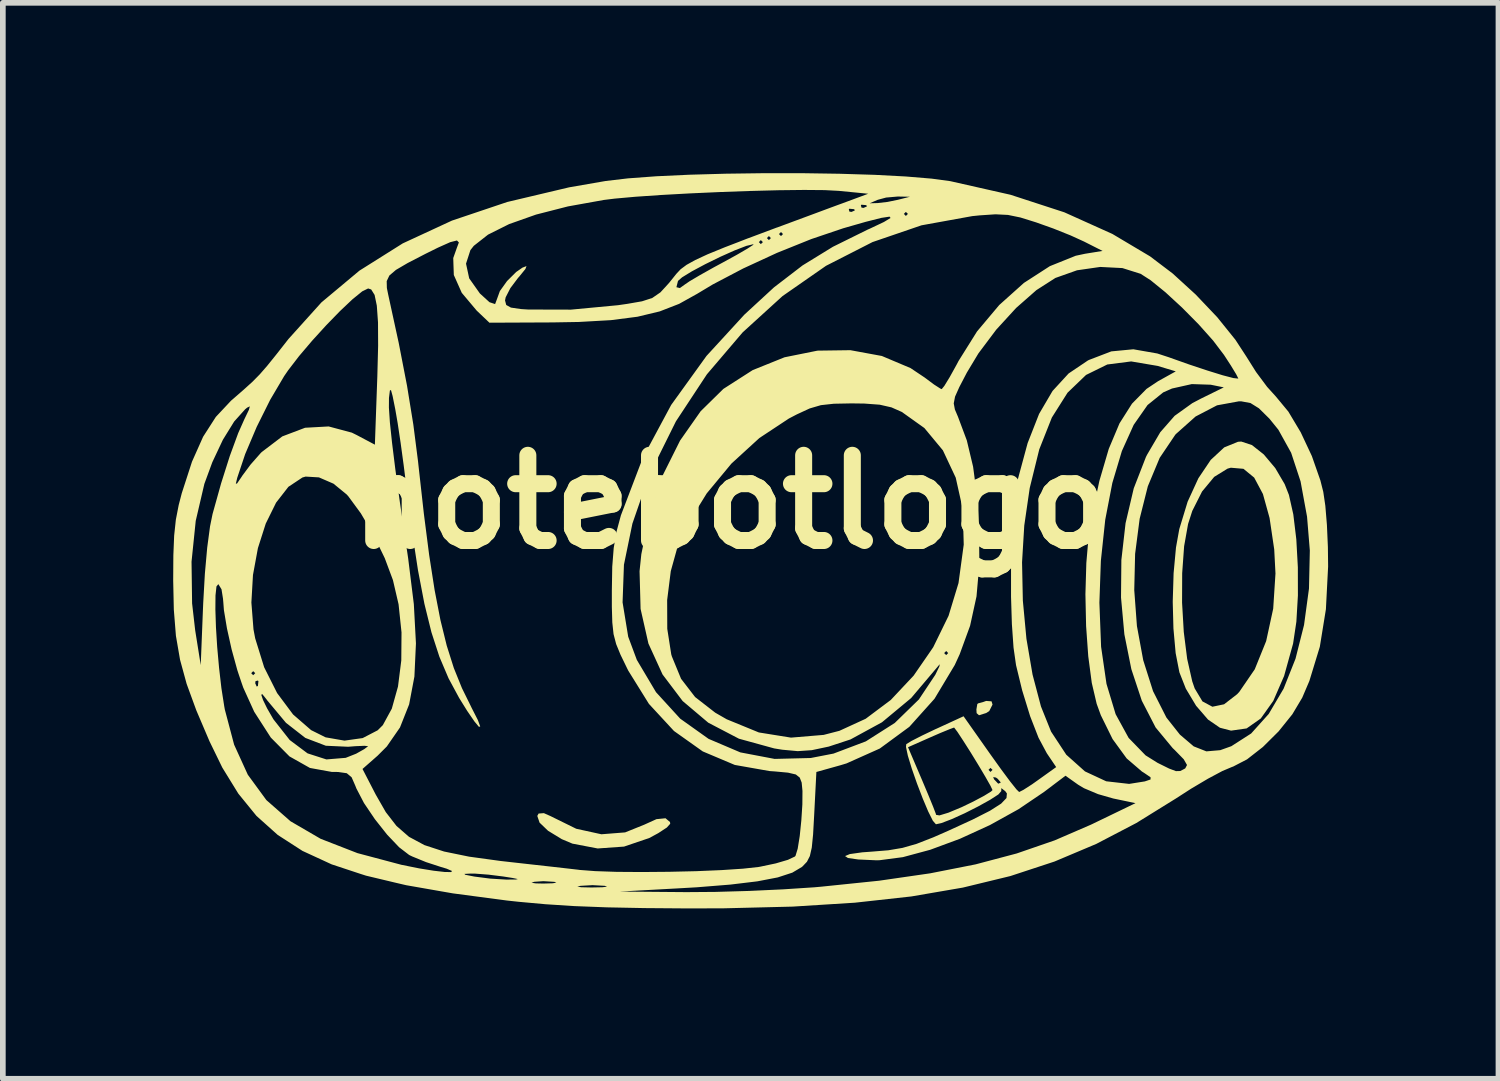
<source format=kicad_pcb>
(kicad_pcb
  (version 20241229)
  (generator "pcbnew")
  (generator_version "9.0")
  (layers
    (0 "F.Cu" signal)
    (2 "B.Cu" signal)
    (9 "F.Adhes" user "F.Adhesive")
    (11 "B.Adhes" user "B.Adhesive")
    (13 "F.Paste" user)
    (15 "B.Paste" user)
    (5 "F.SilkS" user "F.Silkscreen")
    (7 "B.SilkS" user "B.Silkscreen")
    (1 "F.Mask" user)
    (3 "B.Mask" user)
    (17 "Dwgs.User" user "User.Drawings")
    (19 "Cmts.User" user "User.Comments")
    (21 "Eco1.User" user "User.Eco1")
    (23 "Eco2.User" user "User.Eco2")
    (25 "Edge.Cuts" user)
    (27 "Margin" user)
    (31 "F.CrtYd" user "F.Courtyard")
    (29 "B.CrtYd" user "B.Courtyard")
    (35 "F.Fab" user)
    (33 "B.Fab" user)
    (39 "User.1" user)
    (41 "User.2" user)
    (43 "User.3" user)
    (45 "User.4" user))
  (footprint "notebotlogo"
    (layer "F.Cu")
    (at 9.817 5.79)
    (property "Reference" "notebotlogo" (at 0 0 0) (layer "F.SilkS") (effects (font (size 1.5 1.5) (thickness 0.3))))
    (attr board_only exclude_from_pos_files exclude_from_bom)
    (fp_poly (pts (xy 4.595 3.511) (xy 4.612 3.568) (xy 4.554 3.683) (xy 4.5 3.717) (xy 4.374 3.756) (xy 4.332 3.719) (xy 4.328 3.654) (xy 4.344 3.559) (xy 4.358 3.547) (xy 4.441 3.525) (xy 4.5 3.504)) (stroke (width 0) (type solid)) (fill yes) (layer "F.SilkS"))
    (fp_poly (pts (xy -3.172 5.532) (xy -2.719 5.755) (xy -2.276 5.852) (xy -1.858 5.819) (xy -1.523 5.684) (xy -1.307 5.586) (xy -1.147 5.57) (xy -1.068 5.636) (xy -1.064 5.667) (xy -1.123 5.733) (xy -1.274 5.832) (xy -1.433 5.918) (xy -1.877 6.069) (xy -2.341 6.102) (xy -2.786 6.017) (xy -2.974 5.938) (xy -3.216 5.79) (xy -3.365 5.647) (xy -3.405 5.529) (xy -3.382 5.487) (xy -3.289 5.48)) (stroke (width 0) (type solid)) (fill yes) (layer "F.SilkS"))
    (fp_poly (pts (xy 9.181 -1.002) (xy 9.39 -0.836) (xy 9.591 -0.597) (xy 9.757 -0.314) (xy 9.832 -0.124) (xy 9.909 0.219) (xy 9.962 0.658) (xy 9.989 1.149) (xy 9.99 1.647) (xy 9.963 2.108) (xy 9.906 2.489) (xy 9.905 2.495) (xy 9.747 3.064) (xy 9.556 3.504) (xy 9.336 3.813) (xy 9.087 3.988) (xy 8.813 4.027) (xy 8.617 3.976) (xy 8.407 3.832) (xy 8.197 3.589) (xy 8.016 3.287) (xy 7.903 3) (xy 7.837 2.662) (xy 7.798 2.229) (xy 7.786 1.772) (xy 7.95 1.772) (xy 7.98 2.289) (xy 8.04 2.764) (xy 8.129 3.158) (xy 8.172 3.283) (xy 8.309 3.512) (xy 8.484 3.606) (xy 8.69 3.563) (xy 8.92 3.385) (xy 8.958 3.344) (xy 9.23 2.947) (xy 9.431 2.45) (xy 9.555 1.879) (xy 9.595 1.259) (xy 9.573 0.836) (xy 9.491 0.282) (xy 9.374 -0.14) (xy 9.22 -0.429) (xy 9.031 -0.584) (xy 8.809 -0.603) (xy 8.751 -0.587) (xy 8.516 -0.442) (xy 8.302 -0.184) (xy 8.13 0.157) (xy 8.056 0.387) (xy 7.986 0.78) (xy 7.952 1.255) (xy 7.95 1.772) (xy 7.786 1.772) (xy 7.786 1.745) (xy 7.801 1.254) (xy 7.843 0.801) (xy 7.901 0.478) (xy 8.048 -0.005) (xy 8.237 -0.417) (xy 8.455 -0.741) (xy 8.692 -0.961) (xy 8.935 -1.06) (xy 8.992 -1.064)) (stroke (width 0) (type solid)) (fill yes) (layer "F.SilkS"))
    (fp_poly (pts (xy 1.261 -5.79) (xy 1.92 -5.78) (xy 2.537 -5.761) (xy 3.086 -5.732) (xy 3.541 -5.694) (xy 3.867 -5.65) (xy 4.929 -5.41) (xy 5.877 -5.101) (xy 6.723 -4.72) (xy 7.387 -4.325) (xy 7.784 -4.024) (xy 8.189 -3.654) (xy 8.569 -3.254) (xy 8.889 -2.857) (xy 9.082 -2.561) (xy 9.253 -2.289) (xy 9.448 -2.027) (xy 9.601 -1.858) (xy 9.822 -1.591) (xy 10.04 -1.226) (xy 10.236 -0.808) (xy 10.386 -0.379) (xy 10.437 -0.177) (xy 10.473 0.067) (xy 10.501 0.405) (xy 10.518 0.792) (xy 10.522 1.135) (xy 10.483 1.89) (xy 10.376 2.55) (xy 10.192 3.152) (xy 10.066 3.447) (xy 9.892 3.739) (xy 9.65 4.04) (xy 9.373 4.315) (xy 9.094 4.533) (xy 8.847 4.661) (xy 8.833 4.665) (xy 8.66 4.738) (xy 8.407 4.873) (xy 8.11 5.049) (xy 7.84 5.223) (xy 7.146 5.653) (xy 6.439 6.022) (xy 5.704 6.332) (xy 4.926 6.588) (xy 4.09 6.791) (xy 3.183 6.947) (xy 2.188 7.057) (xy 1.092 7.126) (xy -0.121 7.156) (xy -0.745 7.158) (xy -1.52 7.152) (xy -2.18 7.139) (xy -2.751 7.117) (xy -3.261 7.084) (xy -3.735 7.041) (xy -3.938 7.019) (xy -4.89 6.893) (xy -5.074 6.861) (xy -1.951 6.861) (xy -0.78 6.871) (xy -0.267 6.867) (xy 0.323 6.85) (xy 0.924 6.822) (xy 1.472 6.786) (xy 1.596 6.775) (xy 2.614 6.67) (xy 3.513 6.54) (xy 4.314 6.382) (xy 5.038 6.19) (xy 5.707 5.959) (xy 6.343 5.684) (xy 6.385 5.664) (xy 7.13 5.304) (xy 6.738 5.222) (xy 6.47 5.145) (xy 6.223 5.041) (xy 6.121 4.98) (xy 5.897 4.821) (xy 5.52 5.106) (xy 5.071 5.41) (xy 4.566 5.69) (xy 4.037 5.932) (xy 3.515 6.125) (xy 3.033 6.255) (xy 2.622 6.309) (xy 2.559 6.31) (xy 2.248 6.296) (xy 2.066 6.27) (xy 2.015 6.236) (xy 2.098 6.201) (xy 2.318 6.17) (xy 2.483 6.158) (xy 2.778 6.134) (xy 3.026 6.092) (xy 3.274 6.021) (xy 3.569 5.906) (xy 3.831 5.791) (xy 4.26 5.594) (xy 4.567 5.438) (xy 4.763 5.313) (xy 4.858 5.214) (xy 4.865 5.133) (xy 4.837 5.094) (xy 4.767 5.039) (xy 4.766 5.092) (xy 4.715 5.151) (xy 4.568 5.246) (xy 4.359 5.362) (xy 4.124 5.481) (xy 3.897 5.584) (xy 3.712 5.655) (xy 3.615 5.676) (xy 3.561 5.614) (xy 3.479 5.45) (xy 3.382 5.22) (xy 3.281 4.956) (xy 3.19 4.695) (xy 3.121 4.469) (xy 3.089 4.319) (xy 3.124 4.319) (xy 3.371 4.898) (xy 3.481 5.159) (xy 3.566 5.367) (xy 3.613 5.49) (xy 3.618 5.51) (xy 3.677 5.52) (xy 3.835 5.472) (xy 4.07 5.374) (xy 4.275 5.275) (xy 4.463 5.175) (xy 4.585 5.1) (xy 4.612 5.074) (xy 4.577 5) (xy 4.489 4.845) (xy 4.623 4.845) (xy 4.64 4.885) (xy 4.712 4.961) (xy 4.753 4.945) (xy 4.754 4.935) (xy 4.703 4.875) (xy 4.672 4.853) (xy 4.623 4.845) (xy 4.489 4.845) (xy 4.488 4.843) (xy 4.414 4.718) (xy 4.541 4.718) (xy 4.576 4.754) (xy 4.612 4.718) (xy 4.576 4.683) (xy 4.541 4.718) (xy 4.414 4.718) (xy 4.365 4.636) (xy 4.228 4.412) (xy 4.097 4.206) (xy 3.994 4.049) (xy 3.938 3.975) (xy 3.934 3.973) (xy 3.86 4) (xy 3.694 4.068) (xy 3.515 4.146) (xy 3.124 4.319) (xy 3.089 4.319) (xy 3.088 4.314) (xy 3.093 4.265) (xy 3.186 4.208) (xy 3.37 4.114) (xy 3.607 4.001) (xy 3.63 3.991) (xy 4.102 3.774) (xy 4.572 4.441) (xy 4.761 4.705) (xy 4.92 4.919) (xy 5.033 5.061) (xy 5.081 5.108) (xy 5.156 5.07) (xy 5.307 4.973) (xy 5.427 4.888) (xy 5.733 4.669) (xy 5.568 4.425) (xy 5.422 4.152) (xy 5.274 3.772) (xy 5.134 3.317) (xy 5.026 2.873) (xy 4.982 2.565) (xy 4.953 2.152) (xy 4.938 1.671) (xy 4.938 1.159) (xy 4.941 1.062) (xy 5.132 1.062) (xy 5.146 1.737) (xy 5.209 2.408) (xy 5.317 3.04) (xy 5.465 3.601) (xy 5.643 4.044) (xy 5.911 4.451) (xy 6.24 4.745) (xy 6.614 4.919) (xy 7.018 4.965) (xy 7.294 4.921) (xy 7.395 4.887) (xy 7.395 4.848) (xy 7.283 4.772) (xy 7.243 4.747) (xy 6.974 4.516) (xy 6.726 4.175) (xy 6.519 3.755) (xy 6.446 3.554) (xy 6.36 3.187) (xy 6.298 2.718) (xy 6.26 2.185) (xy 6.251 1.774) (xy 6.494 1.774) (xy 6.524 2.55) (xy 6.619 3.203) (xy 6.78 3.737) (xy 7.009 4.155) (xy 7.307 4.462) (xy 7.518 4.594) (xy 7.722 4.695) (xy 7.842 4.74) (xy 7.919 4.738) (xy 7.997 4.697) (xy 8.007 4.69) (xy 8.037 4.632) (xy 7.979 4.531) (xy 7.821 4.369) (xy 7.785 4.335) (xy 7.484 3.971) (xy 7.241 3.5) (xy 7.057 2.945) (xy 6.934 2.332) (xy 6.875 1.683) (xy 6.876 1.552) (xy 7.108 1.552) (xy 7.155 2.185) (xy 7.266 2.787) (xy 7.439 3.332) (xy 7.674 3.796) (xy 7.912 4.097) (xy 8.155 4.304) (xy 8.378 4.392) (xy 8.622 4.371) (xy 8.818 4.301) (xy 9.167 4.077) (xy 9.476 3.733) (xy 9.738 3.288) (xy 9.948 2.76) (xy 10.098 2.166) (xy 10.185 1.525) (xy 10.2 0.855) (xy 10.151 0.259) (xy 10.037 -0.362) (xy 9.871 -0.866) (xy 9.646 -1.272) (xy 9.489 -1.466) (xy 9.304 -1.649) (xy 9.155 -1.742) (xy 8.994 -1.772) (xy 8.948 -1.772) (xy 8.566 -1.702) (xy 8.188 -1.505) (xy 7.84 -1.195) (xy 7.829 -1.182) (xy 7.556 -0.777) (xy 7.347 -0.276) (xy 7.203 0.296) (xy 7.123 0.914) (xy 7.108 1.552) (xy 6.876 1.552) (xy 6.881 1.022) (xy 6.955 0.373) (xy 7.099 -0.24) (xy 7.314 -0.793) (xy 7.335 -0.834) (xy 7.566 -1.228) (xy 7.819 -1.517) (xy 8.13 -1.74) (xy 8.284 -1.821) (xy 8.685 -2.018) (xy 8.454 -2.065) (xy 8.122 -2.076) (xy 7.773 -1.998) (xy 7.617 -1.929) (xy 7.342 -1.707) (xy 7.098 -1.358) (xy 6.89 -0.897) (xy 6.722 -0.335) (xy 6.597 0.313) (xy 6.52 1.036) (xy 6.494 1.774) (xy 6.251 1.774) (xy 6.248 1.624) (xy 6.264 1.074) (xy 6.307 0.573) (xy 6.346 0.319) (xy 6.494 -0.372) (xy 6.659 -0.935) (xy 6.848 -1.384) (xy 7.068 -1.731) (xy 7.324 -1.991) (xy 7.526 -2.126) (xy 7.839 -2.3) (xy 7.52 -2.396) (xy 7.054 -2.475) (xy 6.633 -2.421) (xy 6.259 -2.237) (xy 5.933 -1.924) (xy 5.657 -1.487) (xy 5.435 -0.926) (xy 5.267 -0.245) (xy 5.171 0.415) (xy 5.132 1.062) (xy 4.941 1.062) (xy 4.952 0.653) (xy 4.98 0.188) (xy 5.021 -0.197) (xy 5.057 -0.396) (xy 5.23 -1.036) (xy 5.432 -1.551) (xy 5.669 -1.955) (xy 5.952 -2.263) (xy 6.289 -2.49) (xy 6.31 -2.501) (xy 6.704 -2.652) (xy 7.092 -2.689) (xy 7.514 -2.615) (xy 7.718 -2.548) (xy 8.073 -2.422) (xy 8.398 -2.314) (xy 8.666 -2.231) (xy 8.854 -2.182) (xy 8.938 -2.173) (xy 8.94 -2.176) (xy 8.903 -2.249) (xy 8.809 -2.404) (xy 8.688 -2.59) (xy 8.497 -2.842) (xy 8.24 -3.13) (xy 7.95 -3.423) (xy 7.658 -3.692) (xy 7.396 -3.905) (xy 7.22 -4.018) (xy 6.899 -4.119) (xy 6.509 -4.139) (xy 6.1 -4.08) (xy 5.719 -3.945) (xy 5.385 -3.731) (xy 5.028 -3.417) (xy 4.678 -3.035) (xy 4.364 -2.617) (xy 4.16 -2.278) (xy 4.027 -2.023) (xy 3.952 -1.855) (xy 3.929 -1.736) (xy 3.949 -1.629) (xy 4.003 -1.502) (xy 4.159 -1.085) (xy 4.27 -0.621) (xy 4.342 -0.077) (xy 4.374 0.426) (xy 4.38 1.091) (xy 4.33 1.663) (xy 4.217 2.18) (xy 4.034 2.681) (xy 3.947 2.871) (xy 3.59 3.466) (xy 3.147 3.96) (xy 2.627 4.342) (xy 2.041 4.604) (xy 1.932 4.637) (xy 1.51 4.755) (xy 1.471 5.515) (xy 1.452 5.856) (xy 1.429 6.086) (xy 1.395 6.236) (xy 1.344 6.336) (xy 1.268 6.416) (xy 1.253 6.429) (xy 1.086 6.528) (xy 0.829 6.612) (xy 0.47 6.681) (xy -0.003 6.738) (xy -0.6 6.786) (xy -0.931 6.805) (xy -1.951 6.861) (xy -5.074 6.861) (xy -5.571 6.774) (xy -2.7 6.774) (xy -2.632 6.785) (xy -2.451 6.789) (xy -2.448 6.789) (xy -2.259 6.785) (xy -2.176 6.775) (xy -2.216 6.76) (xy -2.432 6.748) (xy -2.642 6.76) (xy -2.7 6.774) (xy -5.571 6.774) (xy -5.714 6.749) (xy -5.898 6.706) (xy -3.507 6.706) (xy -3.43 6.717) (xy -3.299 6.72) (xy -3.131 6.715) (xy -3.069 6.703) (xy -3.103 6.69) (xy -3.298 6.678) (xy -3.458 6.689) (xy -3.507 6.706) (xy -5.898 6.706) (xy -6.421 6.581) (xy -6.518 6.55) (xy -4.688 6.55) (xy -4.674 6.565) (xy -4.528 6.594) (xy -4.505 6.598) (xy -4.233 6.633) (xy -3.955 6.65) (xy -3.938 6.65) (xy -3.782 6.649) (xy -3.748 6.641) (xy -3.843 6.621) (xy -4.009 6.595) (xy -4.265 6.563) (xy -4.501 6.545) (xy -4.576 6.544) (xy -4.688 6.55) (xy -6.518 6.55) (xy -7.026 6.382) (xy -7.54 6.145) (xy -7.977 5.863) (xy -8.35 5.529) (xy -8.67 5.136) (xy -8.952 4.678) (xy -9.177 4.216) (xy -9.41 3.669) (xy -9.58 3.204) (xy -9.696 2.78) (xy -9.769 2.357) (xy -9.806 1.894) (xy -9.817 1.384) (xy -9.815 1.052) (xy -9.494 1.052) (xy -9.484 1.786) (xy -9.43 2.258) (xy -9.332 2.873) (xy -9.293 1.892) (xy -9.074 1.892) (xy -9.064 2.204) (xy -9.042 2.556) (xy -9.009 2.922) (xy -8.968 3.278) (xy -8.918 3.598) (xy -8.908 3.654) (xy -8.744 4.274) (xy -8.503 4.803) (xy -8.176 5.25) (xy -7.751 5.623) (xy -7.22 5.932) (xy -6.572 6.184) (xy -5.797 6.39) (xy -5.782 6.393) (xy -5.484 6.453) (xy -5.23 6.494) (xy -5.037 6.516) (xy -4.923 6.518) (xy -4.906 6.499) (xy -5.001 6.458) (xy -5.108 6.426) (xy -5.365 6.342) (xy -5.607 6.243) (xy -5.661 6.217) (xy -5.838 6.081) (xy -6.05 5.858) (xy -6.266 5.585) (xy -6.457 5.302) (xy -6.591 5.045) (xy -6.609 4.999) (xy -6.675 4.848) (xy -6.76 4.777) (xy -6.914 4.755) (xy -7.024 4.754) (xy -7.311 4.702) (xy -6.483 4.702) (xy -6.25 5.153) (xy -6.073 5.462) (xy -5.884 5.706) (xy -5.664 5.897) (xy -5.392 6.043) (xy -5.046 6.156) (xy -4.607 6.246) (xy -4.054 6.322) (xy -3.842 6.346) (xy -3.467 6.388) (xy -3.126 6.426) (xy -2.853 6.457) (xy -2.68 6.477) (xy -2.661 6.48) (xy -2.386 6.501) (xy -2.009 6.514) (xy -1.563 6.517) (xy -1.084 6.513) (xy -0.605 6.502) (xy -0.16 6.483) (xy 0.217 6.458) (xy 0.492 6.428) (xy 0.525 6.422) (xy 0.795 6.365) (xy 1.009 6.302) (xy 1.13 6.245) (xy 1.142 6.233) (xy 1.181 6.106) (xy 1.217 5.882) (xy 1.245 5.607) (xy 1.263 5.328) (xy 1.265 5.089) (xy 1.251 4.942) (xy 1.217 4.854) (xy 1.148 4.799) (xy 1.011 4.767) (xy 0.774 4.745) (xy 0.685 4.739) (xy 0.073 4.631) (xy -0.491 4.393) (xy -0.998 4.033) (xy -1.439 3.556) (xy -1.803 2.97) (xy -1.822 2.932) (xy -1.939 2.691) (xy -2.016 2.503) (xy -2.062 2.327) (xy -2.084 2.122) (xy -2.092 1.847) (xy -2.092 1.768) (xy -1.903 1.768) (xy -1.804 2.373) (xy -1.652 2.781) (xy -1.314 3.35) (xy -0.888 3.816) (xy -0.388 4.172) (xy 0.171 4.41) (xy 0.775 4.525) (xy 1.41 4.509) (xy 1.812 4.431) (xy 2.381 4.216) (xy 2.89 3.892) (xy 3.315 3.478) (xy 3.604 3.044) (xy 3.676 2.896) (xy 3.682 2.857) (xy 3.639 2.909) (xy 3.179 3.453) (xy 2.665 3.88) (xy 2.111 4.182) (xy 1.727 4.308) (xy 1.429 4.371) (xy 1.182 4.388) (xy 0.909 4.363) (xy 0.767 4.34) (xy 0.146 4.169) (xy -0.394 3.887) (xy -0.845 3.506) (xy -1.199 3.038) (xy -1.448 2.493) (xy -1.586 1.883) (xy -1.59 1.727) (xy -1.118 1.727) (xy -1.116 2.234) (xy -1.046 2.683) (xy -1.035 2.72) (xy -0.873 3.114) (xy -0.626 3.435) (xy -0.271 3.711) (xy -0.069 3.827) (xy 0.497 4.059) (xy 1.063 4.15) (xy 1.638 4.102) (xy 1.916 4.03) (xy 2.378 3.818) (xy 2.82 3.487) (xy 3.222 3.059) (xy 3.497 2.661) (xy 3.76 2.661) (xy 3.796 2.696) (xy 3.831 2.661) (xy 3.796 2.625) (xy 3.76 2.661) (xy 3.497 2.661) (xy 3.568 2.557) (xy 3.838 2.004) (xy 4.013 1.428) (xy 4.105 0.751) (xy 4.088 0.128) (xy 3.964 -0.428) (xy 3.738 -0.909) (xy 3.412 -1.302) (xy 3.015 -1.585) (xy 2.832 -1.666) (xy 2.626 -1.713) (xy 2.355 -1.733) (xy 2.128 -1.736) (xy 1.817 -1.73) (xy 1.59 -1.705) (xy 1.392 -1.647) (xy 1.165 -1.542) (xy 1.025 -1.469) (xy 0.506 -1.126) (xy 0.014 -0.676) (xy -0.421 -0.151) (xy -0.77 0.414) (xy -0.928 0.764) (xy -1.054 1.218) (xy -1.118 1.727) (xy -1.59 1.727) (xy -1.604 1.219) (xy -1.573 0.92) (xy -1.424 0.2) (xy -1.193 -0.475) (xy -0.89 -1.082) (xy -0.528 -1.598) (xy -0.128 -1.991) (xy 0.388 -2.322) (xy 0.949 -2.548) (xy 1.53 -2.665) (xy 2.109 -2.673) (xy 2.663 -2.571) (xy 3.168 -2.358) (xy 3.419 -2.19) (xy 3.581 -2.069) (xy 3.693 -1.997) (xy 3.717 -1.987) (xy 3.764 -2.045) (xy 3.858 -2.199) (xy 3.98 -2.419) (xy 4.013 -2.482) (xy 4.339 -3.003) (xy 4.73 -3.468) (xy 5.165 -3.858) (xy 5.622 -4.153) (xy 6.077 -4.336) (xy 6.241 -4.371) (xy 6.55 -4.421) (xy 6.224 -4.586) (xy 5.987 -4.694) (xy 5.682 -4.816) (xy 5.379 -4.924) (xy 5.103 -5.01) (xy 4.884 -5.055) (xy 4.664 -5.066) (xy 4.383 -5.047) (xy 4.255 -5.034) (xy 3.361 -4.872) (xy 2.499 -4.577) (xy 1.68 -4.159) (xy 0.914 -3.626) (xy 0.211 -2.986) (xy -0.418 -2.248) (xy -0.964 -1.419) (xy -1.415 -0.509) (xy -1.457 -0.408) (xy -1.73 0.381) (xy -1.879 1.105) (xy -1.903 1.768) (xy -2.092 1.768) (xy -2.092 1.564) (xy -2.085 1.14) (xy -2.059 0.809) (xy -2.01 0.523) (xy -1.932 0.234) (xy -1.93 0.229) (xy -1.546 -0.779) (xy -1.047 -1.709) (xy -0.425 -2.572) (xy 0.242 -3.299) (xy 0.763 -3.779) (xy 1.267 -4.166) (xy 1.801 -4.494) (xy 2.414 -4.797) (xy 2.451 -4.813) (xy 2.7 -4.931) (xy 2.816 -5.001) (xy 2.8 -5.025) (xy 2.654 -5.003) (xy 2.377 -4.933) (xy 1.983 -4.82) (xy 1.421 -4.63) (xy 0.817 -4.387) (xy 0.221 -4.112) (xy -0.316 -3.83) (xy -0.591 -3.665) (xy -0.907 -3.489) (xy -1.249 -3.356) (xy -1.641 -3.262) (xy -2.108 -3.202) (xy -2.674 -3.17) (xy -3.135 -3.162) (xy -4.248 -3.157) (xy -4.472 -3.37) (xy -4.735 -3.683) (xy -4.875 -3.997) (xy -4.882 -4.197) (xy -4.66 -4.197) (xy -4.604 -3.938) (xy -4.416 -3.672) (xy -4.247 -3.518) (xy -4.148 -3.485) (xy -4.115 -3.573) (xy -4.064 -3.714) (xy -3.938 -3.89) (xy -3.777 -4.05) (xy -3.666 -4.127) (xy -3.595 -4.154) (xy -3.614 -4.103) (xy -3.727 -3.964) (xy -3.743 -3.947) (xy -3.879 -3.766) (xy -3.962 -3.604) (xy -3.973 -3.549) (xy -3.952 -3.469) (xy -3.869 -3.423) (xy -3.691 -3.397) (xy -3.565 -3.389) (xy -2.812 -3.387) (xy -1.985 -3.465) (xy -1.819 -3.489) (xy -1.56 -3.534) (xy -1.381 -3.592) (xy -1.237 -3.691) (xy -1.153 -3.782) (xy -0.955 -3.782) (xy -0.894 -3.767) (xy -0.812 -3.826) (xy -0.723 -3.887) (xy -0.54 -3.995) (xy -0.294 -4.133) (xy -0.142 -4.215) (xy 0.108 -4.352) (xy 0.295 -4.461) (xy 0.395 -4.526) (xy 0.403 -4.54) (xy 0.277 -4.51) (xy 0.07 -4.43) (xy -0.183 -4.317) (xy -0.446 -4.188) (xy -0.682 -4.062) (xy -0.855 -3.956) (xy -0.927 -3.893) (xy -0.955 -3.782) (xy -1.153 -3.782) (xy -1.084 -3.858) (xy -0.955 -4.019) (xy -0.881 -4.098) (xy -0.776 -4.176) (xy -0.623 -4.261) (xy -0.405 -4.362) (xy -0.104 -4.485) (xy 0.133 -4.576) (xy 0.497 -4.576) (xy 0.532 -4.541) (xy 0.568 -4.576) (xy 0.532 -4.612) (xy 0.497 -4.576) (xy 0.133 -4.576) (xy 0.297 -4.64) (xy 0.317 -4.647) (xy 0.639 -4.647) (xy 0.674 -4.612) (xy 0.709 -4.647) (xy 0.674 -4.683) (xy 0.639 -4.647) (xy 0.317 -4.647) (xy 0.507 -4.718) (xy 0.851 -4.718) (xy 0.887 -4.683) (xy 0.922 -4.718) (xy 0.887 -4.754) (xy 0.851 -4.718) (xy 0.507 -4.718) (xy 0.814 -4.833) (xy 0.822 -4.835) (xy 1.464 -5.073) (xy 3.051 -5.073) (xy 3.086 -5.037) (xy 3.122 -5.073) (xy 3.086 -5.108) (xy 3.051 -5.073) (xy 1.464 -5.073) (xy 1.687 -5.156) (xy 2.081 -5.156) (xy 2.091 -5.114) (xy 2.128 -5.108) (xy 2.187 -5.134) (xy 2.176 -5.156) (xy 2.092 -5.164) (xy 2.081 -5.156) (xy 1.687 -5.156) (xy 1.879 -5.227) (xy 2.294 -5.227) (xy 2.304 -5.184) (xy 2.341 -5.179) (xy 2.4 -5.205) (xy 2.389 -5.227) (xy 2.304 -5.235) (xy 2.294 -5.227) (xy 1.879 -5.227) (xy 1.97 -5.26) (xy 2.448 -5.26) (xy 2.59 -5.264) (xy 2.763 -5.284) (xy 2.944 -5.321) (xy 3.157 -5.375) (xy 2.944 -5.379) (xy 2.738 -5.361) (xy 2.59 -5.321) (xy 2.448 -5.26) (xy 1.97 -5.26) (xy 2.423 -5.428) (xy 1.903 -5.479) (xy 1.655 -5.492) (xy 1.294 -5.495) (xy 0.848 -5.49) (xy 0.344 -5.477) (xy -0.188 -5.458) (xy -0.721 -5.434) (xy -1.227 -5.406) (xy -1.677 -5.375) (xy -2.044 -5.342) (xy -2.231 -5.319) (xy -2.865 -5.205) (xy -3.427 -5.061) (xy -3.902 -4.893) (xy -4.272 -4.708) (xy -4.523 -4.511) (xy -4.583 -4.435) (xy -4.66 -4.197) (xy -4.882 -4.197) (xy -4.885 -4.296) (xy -4.822 -4.474) (xy -4.786 -4.57) (xy -4.82 -4.605) (xy -4.939 -4.575) (xy -5.156 -4.478) (xy -5.376 -4.369) (xy -5.689 -4.207) (xy -5.894 -4.087) (xy -6.01 -3.988) (xy -6.057 -3.889) (xy -6.054 -3.768) (xy -6.031 -3.654) (xy -5.845 -2.8) (xy -5.699 -2.047) (xy -5.588 -1.363) (xy -5.505 -0.714) (xy -5.497 -0.639) (xy -5.402 0.211) (xy -5.309 0.935) (xy -5.213 1.552) (xy -5.111 2.078) (xy -5 2.529) (xy -4.875 2.924) (xy -4.732 3.278) (xy -4.569 3.609) (xy -4.565 3.618) (xy -4.451 3.842) (xy -4.41 3.954) (xy -4.433 3.96) (xy -4.512 3.865) (xy -4.641 3.677) (xy -4.782 3.45) (xy -4.968 3.105) (xy -5.129 2.726) (xy -5.269 2.295) (xy -5.393 1.793) (xy -5.506 1.202) (xy -5.613 0.504) (xy -5.708 -0.248) (xy -5.758 -0.647) (xy -5.812 -1.043) (xy -5.864 -1.389) (xy -5.906 -1.632) (xy -5.953 -1.866) (xy -5.982 -1.972) (xy -6.001 -1.962) (xy -6.015 -1.848) (xy -6.017 -1.83) (xy -6.018 -1.662) (xy -6.001 -1.403) (xy -5.963 -1.044) (xy -5.905 -0.576) (xy -5.824 0.01) (xy -5.719 0.723) (xy -5.679 0.993) (xy -5.579 1.8) (xy -5.542 2.49) (xy -5.569 3.075) (xy -5.662 3.565) (xy -5.823 3.971) (xy -6.055 4.306) (xy -6.217 4.468) (xy -6.483 4.702) (xy -7.311 4.702) (xy -7.409 4.684) (xy -7.769 4.481) (xy -8.098 4.149) (xy -8.39 3.695) (xy -8.526 3.396) (xy -8.266 3.396) (xy -8.235 3.487) (xy -8.163 3.635) (xy -8.059 3.815) (xy -8.049 3.831) (xy -7.765 4.192) (xy -7.451 4.427) (xy -7.119 4.534) (xy -6.779 4.506) (xy -6.595 4.433) (xy -6.453 4.353) (xy -6.386 4.303) (xy -6.385 4.301) (xy -6.449 4.294) (xy -6.611 4.301) (xy -6.736 4.311) (xy -7.129 4.293) (xy -7.49 4.155) (xy -7.831 3.889) (xy -8.165 3.489) (xy -8.175 3.474) (xy -8.249 3.383) (xy -8.266 3.396) (xy -8.526 3.396) (xy -8.583 3.27) (xy -8.61 3.193) (xy -8.372 3.193) (xy -8.346 3.251) (xy -8.325 3.24) (xy -8.316 3.156) (xy -8.325 3.145) (xy -8.367 3.155) (xy -8.372 3.193) (xy -8.61 3.193) (xy -8.67 3.015) (xy -8.443 3.015) (xy -8.408 3.051) (xy -8.372 3.015) (xy -8.408 2.98) (xy -8.443 3.015) (xy -8.67 3.015) (xy -8.688 2.96) (xy -8.788 2.596) (xy -8.87 2.227) (xy -8.924 1.903) (xy -8.934 1.771) (xy -8.44 1.771) (xy -8.403 2.244) (xy -8.373 2.402) (xy -8.215 2.911) (xy -7.987 3.365) (xy -7.706 3.742) (xy -7.388 4.018) (xy -7.133 4.145) (xy -6.8 4.203) (xy -6.48 4.158) (xy -6.216 4.021) (xy -6.125 3.93) (xy -5.967 3.64) (xy -5.858 3.25) (xy -5.8 2.791) (xy -5.796 2.297) (xy -5.848 1.802) (xy -5.947 1.376) (xy -6.091 0.99) (xy -6.289 0.581) (xy -6.512 0.201) (xy -6.733 -0.1) (xy -6.763 -0.133) (xy -6.994 -0.322) (xy -7.25 -0.433) (xy -7.485 -0.447) (xy -7.541 -0.431) (xy -7.788 -0.267) (xy -8.005 0.012) (xy -8.187 0.381) (xy -8.325 0.813) (xy -8.412 1.285) (xy -8.44 1.771) (xy -8.934 1.771) (xy -8.94 1.702) (xy -8.966 1.538) (xy -9.022 1.447) (xy -9.055 1.488) (xy -9.072 1.645) (xy -9.074 1.892) (xy -9.293 1.892) (xy -9.288 1.774) (xy -9.259 1.263) (xy -9.218 0.804) (xy -9.168 0.429) (xy -9.124 0.213) (xy -8.975 -0.321) (xy -8.714 -0.321) (xy -8.692 -0.326) (xy -8.61 -0.446) (xy -8.601 -0.461) (xy -8.454 -0.659) (xy -8.277 -0.86) (xy -8.258 -0.879) (xy -7.895 -1.155) (xy -7.494 -1.307) (xy -7.079 -1.33) (xy -6.671 -1.221) (xy -6.584 -1.178) (xy -6.265 -1.009) (xy -6.222 -2.211) (xy -6.208 -2.751) (xy -6.21 -3.163) (xy -6.231 -3.457) (xy -6.27 -3.646) (xy -6.33 -3.742) (xy -6.384 -3.76) (xy -6.488 -3.709) (xy -6.66 -3.569) (xy -6.878 -3.363) (xy -7.122 -3.112) (xy -7.37 -2.84) (xy -7.601 -2.568) (xy -7.793 -2.318) (xy -7.863 -2.216) (xy -8.109 -1.799) (xy -8.346 -1.323) (xy -8.549 -0.844) (xy -8.689 -0.426) (xy -8.714 -0.321) (xy -8.975 -0.321) (xy -8.974 -0.325) (xy -8.82 -0.81) (xy -8.672 -1.213) (xy -8.565 -1.454) (xy -8.484 -1.622) (xy -8.467 -1.684) (xy -8.515 -1.661) (xy -8.551 -1.631) (xy -8.743 -1.417) (xy -8.942 -1.095) (xy -9.128 -0.7) (xy -9.268 -0.319) (xy -9.42 0.332) (xy -9.494 1.052) (xy -9.815 1.052) (xy -9.814 0.936) (xy -9.8 0.592) (xy -9.77 0.311) (xy -9.72 0.054) (xy -9.666 -0.154) (xy -9.486 -0.709) (xy -9.29 -1.149) (xy -9.066 -1.498) (xy -8.798 -1.784) (xy -8.771 -1.807) (xy -8.569 -1.983) (xy -8.419 -2.119) (xy -8.293 -2.247) (xy -8.163 -2.396) (xy -8.001 -2.597) (xy -7.786 -2.871) (xy -7.206 -3.515) (xy -6.537 -4.074) (xy -5.774 -4.554) (xy -4.908 -4.955) (xy -3.934 -5.283) (xy -2.844 -5.541) (xy -2.199 -5.653) (xy -1.807 -5.699) (xy -1.307 -5.736) (xy -0.725 -5.763) (xy -0.087 -5.781) (xy 0.584 -5.79)) (stroke (width 0) (type solid)) (fill yes) (layer "F.SilkS")))
  (gr_rect
    (start -3 -3)
    (end 23.339 15.948)
    (stroke (width 0.1) (type default))
    (fill no)
    (layer "Edge.Cuts")))
</source>
